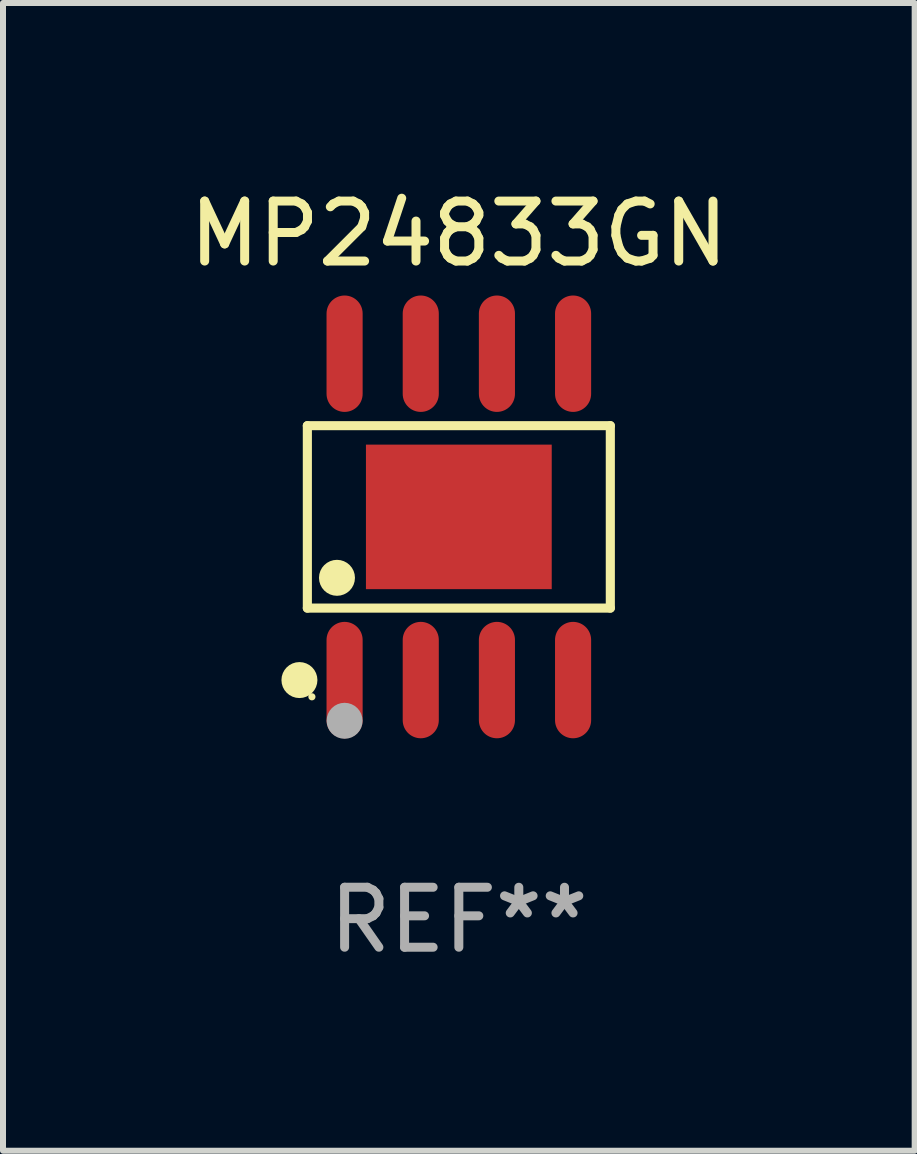
<source format=kicad_pcb>
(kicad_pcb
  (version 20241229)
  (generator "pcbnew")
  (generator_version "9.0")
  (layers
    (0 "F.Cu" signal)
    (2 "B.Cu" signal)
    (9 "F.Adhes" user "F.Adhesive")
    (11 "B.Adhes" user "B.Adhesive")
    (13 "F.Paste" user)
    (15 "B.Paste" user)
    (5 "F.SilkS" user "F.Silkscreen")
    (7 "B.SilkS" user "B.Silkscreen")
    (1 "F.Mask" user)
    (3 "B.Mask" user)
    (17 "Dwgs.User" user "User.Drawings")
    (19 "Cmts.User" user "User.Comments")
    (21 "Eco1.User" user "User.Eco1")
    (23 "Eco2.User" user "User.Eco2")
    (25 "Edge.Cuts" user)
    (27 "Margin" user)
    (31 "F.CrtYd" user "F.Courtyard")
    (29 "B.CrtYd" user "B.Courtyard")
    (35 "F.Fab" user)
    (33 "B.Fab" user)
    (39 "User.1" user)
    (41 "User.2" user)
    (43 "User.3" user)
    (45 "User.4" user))
  (footprint "MP24833GN"
    (layer "F.Cu")
    (at 4.601 5.569)
    (property "Reference" "MP24833GN" (at 0 -4.721 0) (layer "F.SilkS") (effects (font (size 1 1) (thickness 0.15))))
    (attr through_hole)
    (fp_line (start -2.526 -1.521) (end 2.526 -1.521) (stroke (width 0.152) (type solid)) (layer "F.SilkS"))
    (fp_line (start -2.526 1.521) (end -2.526 -1.521) (stroke (width 0.152) (type solid)) (layer "F.SilkS"))
    (fp_line (start 2.526 -1.521) (end 2.526 1.521) (stroke (width 0.152) (type solid)) (layer "F.SilkS"))
    (fp_line (start 2.526 1.521) (end -2.526 1.521) (stroke (width 0.152) (type solid)) (layer "F.SilkS"))
    (fp_circle (center -2.658 2.721) (end -2.508 2.721) (stroke (width 0.3) (type solid)) (fill no) (layer "F.SilkS"))
    (fp_circle (center -2.45 3) (end -2.42 3) (stroke (width 0.06) (type solid)) (fill no) (layer "F.SilkS"))
    (fp_circle (center -2.032 1.016) (end -1.882 1.016) (stroke (width 0.3) (type solid)) (fill no) (layer "F.SilkS"))
    (fp_circle (center -1.905 3.4) (end -1.755 3.4) (stroke (width 0.3) (type solid)) (fill no) (layer "F.Fab"))
    (fp_text user "REF**" (at 0 6.721 0) (layer "F.Fab") (effects (font (size 1 1) (thickness 0.15))))
    (pad "1" smd oval (at -1.905 2.721) (size 0.602 1.941) (layers "F.Cu" "F.Mask" "F.Paste"))
    (pad "2" smd oval (at -0.635 2.721) (size 0.602 1.941) (layers "F.Cu" "F.Mask" "F.Paste"))
    (pad "3" smd oval (at 0.635 2.721) (size 0.602 1.941) (layers "F.Cu" "F.Mask" "F.Paste"))
    (pad "4" smd oval (at 1.905 2.721) (size 0.602 1.941) (layers "F.Cu" "F.Mask" "F.Paste"))
    (pad "5" smd oval (at 1.905 -2.721) (size 0.602 1.941) (layers "F.Cu" "F.Mask" "F.Paste"))
    (pad "6" smd oval (at 0.635 -2.721) (size 0.602 1.941) (layers "F.Cu" "F.Mask" "F.Paste"))
    (pad "7" smd oval (at -0.635 -2.721) (size 0.602 1.941) (layers "F.Cu" "F.Mask" "F.Paste"))
    (pad "8" smd oval (at -1.905 -2.721) (size 0.602 1.941) (layers "F.Cu" "F.Mask" "F.Paste"))
    (pad "9" smd rect (at 0 0) (size 3.098 2.41) (layers "F.Cu" "F.Mask" "F.Paste")))
  (gr_rect
    (start -3 -3)
    (end 12.202 16.138)
    (stroke (width 0.1) (type default))
    (fill no)
    (layer "Edge.Cuts")))
</source>
